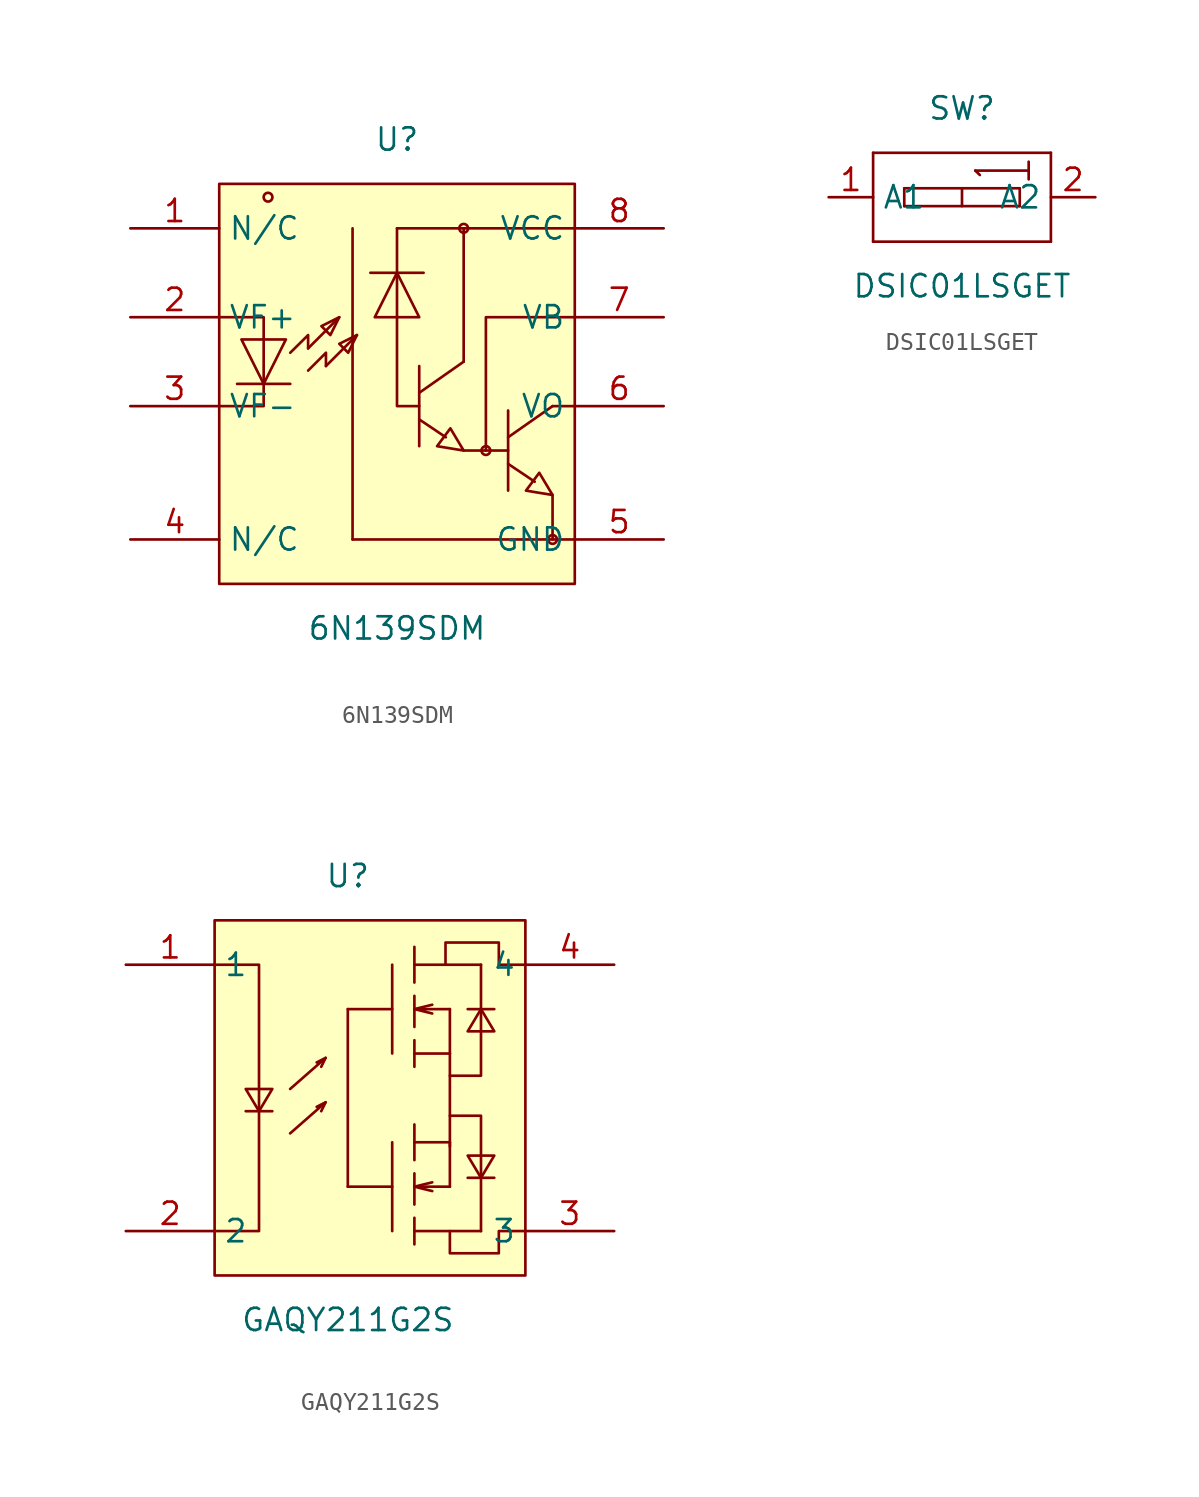
<source format=kicad_sym>
(kicad_symbol_lib
  (version 20231120)
  (generator "kicad_symbol_editor")
  (generator_version "8.0")
  (symbol "6N139SDM"
    (property "Reference" "U"
      (at 0 13.97 0)
      (effects (font (size 1.27 1.27))))
    (property "Value" "6N139SDM"
      (at 0 -13.97 0)
      (effects (font (size 1.27 1.27))))
    (symbol "6N139SDM_0_1"
      (rectangle (start -10.16 11.43) (end 10.16 -11.43) (stroke (width 0) (type default) (color 0 0 0 0)) (fill (type background)))
      (circle (center 3.81 8.89) (radius 0.25) (stroke (width 0) (type default) (color 0 0 0 0)) (fill (type none)))
      (circle (center 5.08 -3.81) (radius 0.25) (stroke (width 0) (type default) (color 0 0 0 0)) (fill (type none)))
      (circle (center 8.89 -8.89) (radius 0.25) (stroke (width 0) (type default) (color 0 0 0 0)) (fill (type none)))
      (circle (center -7.37 10.67) (radius 0.25) (stroke (width 0) (type default) (color 0 0 0 0)) (fill (type none)))
      (polyline (pts (xy 3.81 -3.81) (xy 3.05 -2.54) (xy 2.29 -3.56) (xy 3.81 -3.81)) (stroke (width 0) (type default) (color 0 0 0 0)) (fill (type background)))
      (polyline (pts (xy 8.89 -6.35) (xy 8.13 -5.08) (xy 7.37 -6.10) (xy 8.89 -6.35)) (stroke (width 0) (type default) (color 0 0 0 0)) (fill (type background)))
      (polyline (pts (xy -4.06 1.02) (xy -2.29 2.79)) (stroke (width 0) (type default) (color 0 0 0 0)) (fill (type none)))
      (polyline (pts (xy -5.08 2.03) (xy -3.30 3.81)) (stroke (width 0) (type default) (color 0 0 0 0)) (fill (type none)))
      (polyline (pts (xy -6.10 -0.00) (xy -9.14 -0.00)) (stroke (width 0) (type default) (color 0 0 0 0)) (fill (type none)))
      (polyline (pts (xy -5.08 2.03) (xy -5.08 2.79) (xy -6.10 1.78)) (stroke (width 0) (type default) (color 0 0 0 0)) (fill (type none)))
      (polyline (pts (xy -4.06 1.02) (xy -4.06 1.78) (xy -5.08 0.76)) (stroke (width 0) (type default) (color 0 0 0 0)) (fill (type none)))
      (polyline (pts (xy 3.81 1.27) (xy 1.27 -0.51)) (stroke (width 0) (type default) (color 0 0 0 0)) (fill (type none)))
      (polyline (pts (xy 3.81 -3.81) (xy 6.35 -3.81)) (stroke (width 0) (type default) (color 0 0 0 0)) (fill (type none)))
      (polyline (pts (xy 8.89 -1.27) (xy 6.35 -3.05)) (stroke (width 0) (type default) (color 0 0 0 0)) (fill (type none)))
      (polyline (pts (xy 6.35 -4.57) (xy 7.87 -5.59)) (stroke (width 0) (type default) (color 0 0 0 0)) (fill (type none)))
      (polyline (pts (xy 1.27 1.02) (xy 1.27 -3.56)) (stroke (width 0) (type default) (color 0 0 0 0)) (fill (type none)))
      (polyline (pts (xy 6.35 -1.52) (xy 6.35 -6.10)) (stroke (width 0) (type default) (color 0 0 0 0)) (fill (type none)))
      (polyline (pts (xy 1.27 -2.03) (xy 2.79 -3.05)) (stroke (width 0) (type default) (color 0 0 0 0)) (fill (type none)))
      (polyline (pts (xy -1.52 6.35) (xy 1.52 6.35)) (stroke (width 0) (type default) (color 0 0 0 0)) (fill (type none)))
      (polyline (pts (xy 1.27 -1.27) (xy 0.00 -1.27) (xy 0.00 8.89)) (stroke (width 0) (type default) (color 0 0 0 0)) (fill (type none)))
      (polyline (pts (xy 8.89 -6.35) (xy 8.89 -8.89) (xy -2.54 -8.89)) (stroke (width 0) (type default) (color 0 0 0 0)) (fill (type none)))
      (polyline (pts (xy 8.89 -8.89) (xy 10.16 -8.89)) (stroke (width 0) (type default) (color 0 0 0 0)) (fill (type none)))
      (polyline (pts (xy 8.89 -1.27) (xy 10.16 -1.27)) (stroke (width 0) (type default) (color 0 0 0 0)) (fill (type none)))
      (polyline (pts (xy 5.08 -3.81) (xy 5.08 3.81) (xy 10.16 3.81)) (stroke (width 0) (type default) (color 0 0 0 0)) (fill (type none)))
      (polyline (pts (xy 0.00 8.89) (xy 10.16 8.89)) (stroke (width 0) (type default) (color 0 0 0 0)) (fill (type none)))
      (polyline (pts (xy 3.81 1.27) (xy 3.81 8.89)) (stroke (width 0) (type default) (color 0 0 0 0)) (fill (type none)))
      (polyline (pts (xy -10.16 3.81) (xy -7.62 3.81) (xy -7.62 -1.27) (xy -10.16 -1.27)) (stroke (width 0) (type default) (color 0 0 0 0)) (fill (type none)))
      (polyline (pts (xy -2.54 -8.89) (xy -2.54 8.89)) (stroke (width 0) (type default) (color 0 0 0 0)) (fill (type none)))
      (polyline (pts (xy -8.89 2.54) (xy -7.62 -0.00) (xy -6.35 2.54) (xy -8.89 2.54)) (stroke (width 0) (type default) (color 0 0 0 0)) (fill (type background)))
      (polyline (pts (xy -2.29 2.79) (xy -3.30 2.29) (xy -2.79 1.78) (xy -2.29 2.79)) (stroke (width 0) (type default) (color 0 0 0 0)) (fill (type background)))
      (polyline (pts (xy -3.30 3.81) (xy -4.32 3.30) (xy -3.81 2.79) (xy -3.30 3.81)) (stroke (width 0) (type default) (color 0 0 0 0)) (fill (type background)))
      (polyline (pts (xy 1.27 3.81) (xy 0.00 6.35) (xy -1.27 3.81) (xy 1.27 3.81)) (stroke (width 0) (type default) (color 0 0 0 0)) (fill (type background)))
      (pin unspecified line (at -15.24 8.89 0) (length 5.08) (name "N/C" (effects (font (size 1.27 1.27)))) (number "1" (effects (font (size 1.27 1.27)))))
      (pin unspecified line (at -15.24 3.81 0) (length 5.08) (name "VF+" (effects (font (size 1.27 1.27)))) (number "2" (effects (font (size 1.27 1.27)))))
      (pin unspecified line (at -15.24 -1.27 0) (length 5.08) (name "VF-" (effects (font (size 1.27 1.27)))) (number "3" (effects (font (size 1.27 1.27)))))
      (pin unspecified line (at -15.24 -8.89 0) (length 5.08) (name "N/C" (effects (font (size 1.27 1.27)))) (number "4" (effects (font (size 1.27 1.27)))))
      (pin unspecified line (at 15.24 -8.89 180) (length 5.08) (name "GND" (effects (font (size 1.27 1.27)))) (number "5" (effects (font (size 1.27 1.27)))))
      (pin unspecified line (at 15.24 -1.27 180) (length 5.08) (name "VO" (effects (font (size 1.27 1.27)))) (number "6" (effects (font (size 1.27 1.27)))))
      (pin unspecified line (at 15.24 3.81 180) (length 5.08) (name "VB" (effects (font (size 1.27 1.27)))) (number "7" (effects (font (size 1.27 1.27)))))
      (pin unspecified line (at 15.24 8.89 180) (length 5.08) (name "VCC" (effects (font (size 1.27 1.27)))) (number "8" (effects (font (size 1.27 1.27)))))))
  (symbol "DSIC01LSGET"
    (property "Reference" "SW"
      (at 0 5.08 0)
      (effects (font (size 1.27 1.27))))
    (property "Value" "DSIC01LSGET"
      (at 0 -5.08 0)
      (effects (font (size 1.27 1.27))))
    (symbol "DSIC01LSGET_0_1"
      (polyline (pts (xy -3.30 0.51) (xy 3.30 0.51)) (stroke (width 0) (type default) (color 0 0 0 0)) (fill (type none)))
      (polyline (pts (xy 3.30 0.51) (xy 3.30 -0.51)) (stroke (width 0) (type default) (color 0 0 0 0)) (fill (type none)))
      (polyline (pts (xy 3.30 -0.51) (xy -3.30 -0.51)) (stroke (width 0) (type default) (color 0 0 0 0)) (fill (type none)))
      (polyline (pts (xy -3.30 -0.51) (xy -3.30 0.51)) (stroke (width 0) (type default) (color 0 0 0 0)) (fill (type none)))
      (polyline (pts (xy 0.00 0.51) (xy 0.00 -0.51)) (stroke (width 0) (type default) (color 0 0 0 0)) (fill (type none)))
      (polyline (pts (xy -5.08 2.54) (xy 5.08 2.54)) (stroke (width 0) (type default) (color 0 0 0 0)) (fill (type none)))
      (polyline (pts (xy 5.08 -2.54) (xy -5.08 -2.54)) (stroke (width 0) (type default) (color 0 0 0 0)) (fill (type none)))
      (polyline (pts (xy 1.02 1.27) (xy 0.76 1.52)) (stroke (width 0) (type default) (color 0 0 0 0)) (fill (type none)))
      (polyline (pts (xy 0.76 1.52) (xy 3.81 1.52)) (stroke (width 0) (type default) (color 0 0 0 0)) (fill (type none)))
      (polyline (pts (xy 3.81 2.03) (xy 3.81 1.02)) (stroke (width 0) (type default) (color 0 0 0 0)) (fill (type none)))
      (polyline (pts (xy 5.08 2.54) (xy 5.08 -2.54)) (stroke (width 0) (type default) (color 0 0 0 0)) (fill (type none)))
      (polyline (pts (xy -5.08 -2.54) (xy -5.08 2.54)) (stroke (width 0) (type default) (color 0 0 0 0)) (fill (type none)))
      (pin input line (at -7.62 -0.00 0) (length 2.54) (name "A1" (effects (font (size 1.27 1.27)))) (number "1" (effects (font (size 1.27 1.27)))))
      (pin input line (at 7.62 -0.00 180) (length 2.54) (name "A2" (effects (font (size 1.27 1.27)))) (number "2" (effects (font (size 1.27 1.27)))))))
  (symbol "GAQY211G2S"
    (property "Reference" "U"
      (at 0 12.70 0)
      (effects (font (size 1.27 1.27))))
    (property "Value" "GAQY211G2S"
      (at 0 -12.70 0)
      (effects (font (size 1.27 1.27))))
    (symbol "GAQY211G2S_0_1"
      (rectangle (start -7.62 10.16) (end 10.16 -10.16) (stroke (width 0) (type default) (color 0 0 0 0)) (fill (type background)))
      (polyline (pts (xy 5.84 -7.62) (xy 5.84 -8.89) (xy 8.64 -8.89) (xy 8.64 -7.62) (xy 10.16 -7.62)) (stroke (width 0) (type default) (color 0 0 0 0)) (fill (type none)))
      (polyline (pts (xy 5.59 7.62) (xy 5.59 8.89) (xy 8.64 8.89) (xy 8.64 7.62) (xy 10.16 7.62)) (stroke (width 0) (type default) (color 0 0 0 0)) (fill (type none)))
      (polyline (pts (xy -1.27 -0.25) (xy -1.52 -0.76)) (stroke (width 0) (type default) (color 0 0 0 0)) (fill (type none)))
      (polyline (pts (xy -3.30 -2.03) (xy -1.27 -0.25) (xy -1.78 -0.51)) (stroke (width 0) (type default) (color 0 0 0 0)) (fill (type none)))
      (polyline (pts (xy -1.27 2.29) (xy -1.52 1.78)) (stroke (width 0) (type default) (color 0 0 0 0)) (fill (type none)))
      (polyline (pts (xy -3.30 0.51) (xy -1.27 2.29) (xy -1.78 2.03)) (stroke (width 0) (type default) (color 0 0 0 0)) (fill (type none)))
      (polyline (pts (xy -5.84 -0.76) (xy -4.32 -0.76)) (stroke (width 0) (type default) (color 0 0 0 0)) (fill (type none)))
      (polyline (pts (xy -5.84 0.51) (xy -4.32 0.51) (xy -5.08 -0.76) (xy -5.84 0.51)) (stroke (width 0) (type default) (color 0 0 0 0)) (fill (type background)))
      (polyline (pts (xy -7.62 7.62) (xy -5.08 7.62) (xy -5.08 -7.62) (xy -7.62 -7.62)) (stroke (width 0) (type default) (color 0 0 0 0)) (fill (type none)))
      (polyline (pts (xy 0.00 5.08) (xy 0.00 -5.08)) (stroke (width 0) (type default) (color 0 0 0 0)) (fill (type none)))
      (polyline (pts (xy 5.84 -1.02) (xy 7.62 -1.02) (xy 7.62 -7.62)) (stroke (width 0) (type default) (color 0 0 0 0)) (fill (type none)))
      (polyline (pts (xy 5.84 1.27) (xy 7.62 1.27) (xy 7.62 7.62)) (stroke (width 0) (type default) (color 0 0 0 0)) (fill (type none)))
      (polyline (pts (xy 6.86 -4.57) (xy 8.38 -4.57)) (stroke (width 0) (type default) (color 0 0 0 0)) (fill (type none)))
      (polyline (pts (xy 6.86 -3.30) (xy 8.38 -3.30) (xy 7.62 -4.57) (xy 6.86 -3.30)) (stroke (width 0) (type default) (color 0 0 0 0)) (fill (type background)))
      (polyline (pts (xy 3.81 -5.08) (xy 4.83 -4.83)) (stroke (width 0) (type default) (color 0 0 0 0)) (fill (type none)))
      (polyline (pts (xy 5.84 -5.08) (xy 3.81 -5.08) (xy 4.83 -5.33)) (stroke (width 0) (type default) (color 0 0 0 0)) (fill (type none)))
      (polyline (pts (xy 2.54 -5.08) (xy 0.00 -5.08)) (stroke (width 0) (type default) (color 0 0 0 0)) (fill (type none)))
      (polyline (pts (xy 5.84 -2.54) (xy 5.84 -5.08)) (stroke (width 0) (type default) (color 0 0 0 0)) (fill (type none)))
      (polyline (pts (xy 3.81 -7.62) (xy 7.62 -7.62)) (stroke (width 0) (type default) (color 0 0 0 0)) (fill (type none)))
      (polyline (pts (xy 5.84 2.54) (xy 5.84 -2.79)) (stroke (width 0) (type default) (color 0 0 0 0)) (fill (type none)))
      (polyline (pts (xy 3.81 -2.54) (xy 5.84 -2.54)) (stroke (width 0) (type default) (color 0 0 0 0)) (fill (type none)))
      (polyline (pts (xy 3.81 -6.86) (xy 3.81 -8.38)) (stroke (width 0) (type default) (color 0 0 0 0)) (fill (type none)))
      (polyline (pts (xy 3.81 -4.32) (xy 3.81 -6.10)) (stroke (width 0) (type default) (color 0 0 0 0)) (fill (type none)))
      (polyline (pts (xy 3.81 -1.52) (xy 3.81 -3.56)) (stroke (width 0) (type default) (color 0 0 0 0)) (fill (type none)))
      (polyline (pts (xy 2.54 -2.54) (xy 2.54 -7.62)) (stroke (width 0) (type default) (color 0 0 0 0)) (fill (type none)))
      (polyline (pts (xy 8.38 5.08) (xy 6.86 5.08)) (stroke (width 0) (type default) (color 0 0 0 0)) (fill (type none)))
      (polyline (pts (xy 8.38 3.81) (xy 6.86 3.81) (xy 7.62 5.08) (xy 8.38 3.81)) (stroke (width 0) (type default) (color 0 0 0 0)) (fill (type background)))
      (polyline (pts (xy 3.81 5.08) (xy 4.83 5.33)) (stroke (width 0) (type default) (color 0 0 0 0)) (fill (type none)))
      (polyline (pts (xy 5.84 5.08) (xy 3.81 5.08) (xy 4.83 4.83)) (stroke (width 0) (type default) (color 0 0 0 0)) (fill (type none)))
      (polyline (pts (xy 2.54 5.08) (xy 0.00 5.08)) (stroke (width 0) (type default) (color 0 0 0 0)) (fill (type none)))
      (polyline (pts (xy 5.84 5.08) (xy 5.84 2.54)) (stroke (width 0) (type default) (color 0 0 0 0)) (fill (type none)))
      (polyline (pts (xy 3.81 2.54) (xy 5.84 2.54)) (stroke (width 0) (type default) (color 0 0 0 0)) (fill (type none)))
      (polyline (pts (xy 3.81 7.62) (xy 7.62 7.62)) (stroke (width 0) (type default) (color 0 0 0 0)) (fill (type none)))
      (polyline (pts (xy 3.81 3.30) (xy 3.81 1.78)) (stroke (width 0) (type default) (color 0 0 0 0)) (fill (type none)))
      (polyline (pts (xy 3.81 5.84) (xy 3.81 4.06)) (stroke (width 0) (type default) (color 0 0 0 0)) (fill (type none)))
      (polyline (pts (xy 3.81 8.64) (xy 3.81 6.60)) (stroke (width 0) (type default) (color 0 0 0 0)) (fill (type none)))
      (polyline (pts (xy 2.54 7.62) (xy 2.54 2.54)) (stroke (width 0) (type default) (color 0 0 0 0)) (fill (type none)))
      (pin unspecified line (at 15.24 7.62 180) (length 5.08) (name "4" (effects (font (size 1.27 1.27)))) (number "4" (effects (font (size 1.27 1.27)))))
      (pin unspecified line (at 15.24 -7.62 180) (length 5.08) (name "3" (effects (font (size 1.27 1.27)))) (number "3" (effects (font (size 1.27 1.27)))))
      (pin unspecified line (at -12.70 -7.62 0) (length 5.08) (name "2" (effects (font (size 1.27 1.27)))) (number "2" (effects (font (size 1.27 1.27)))))
      (pin unspecified line (at -12.70 7.62 0) (length 5.08) (name "1" (effects (font (size 1.27 1.27)))) (number "1" (effects (font (size 1.27 1.27))))))))
</source>
